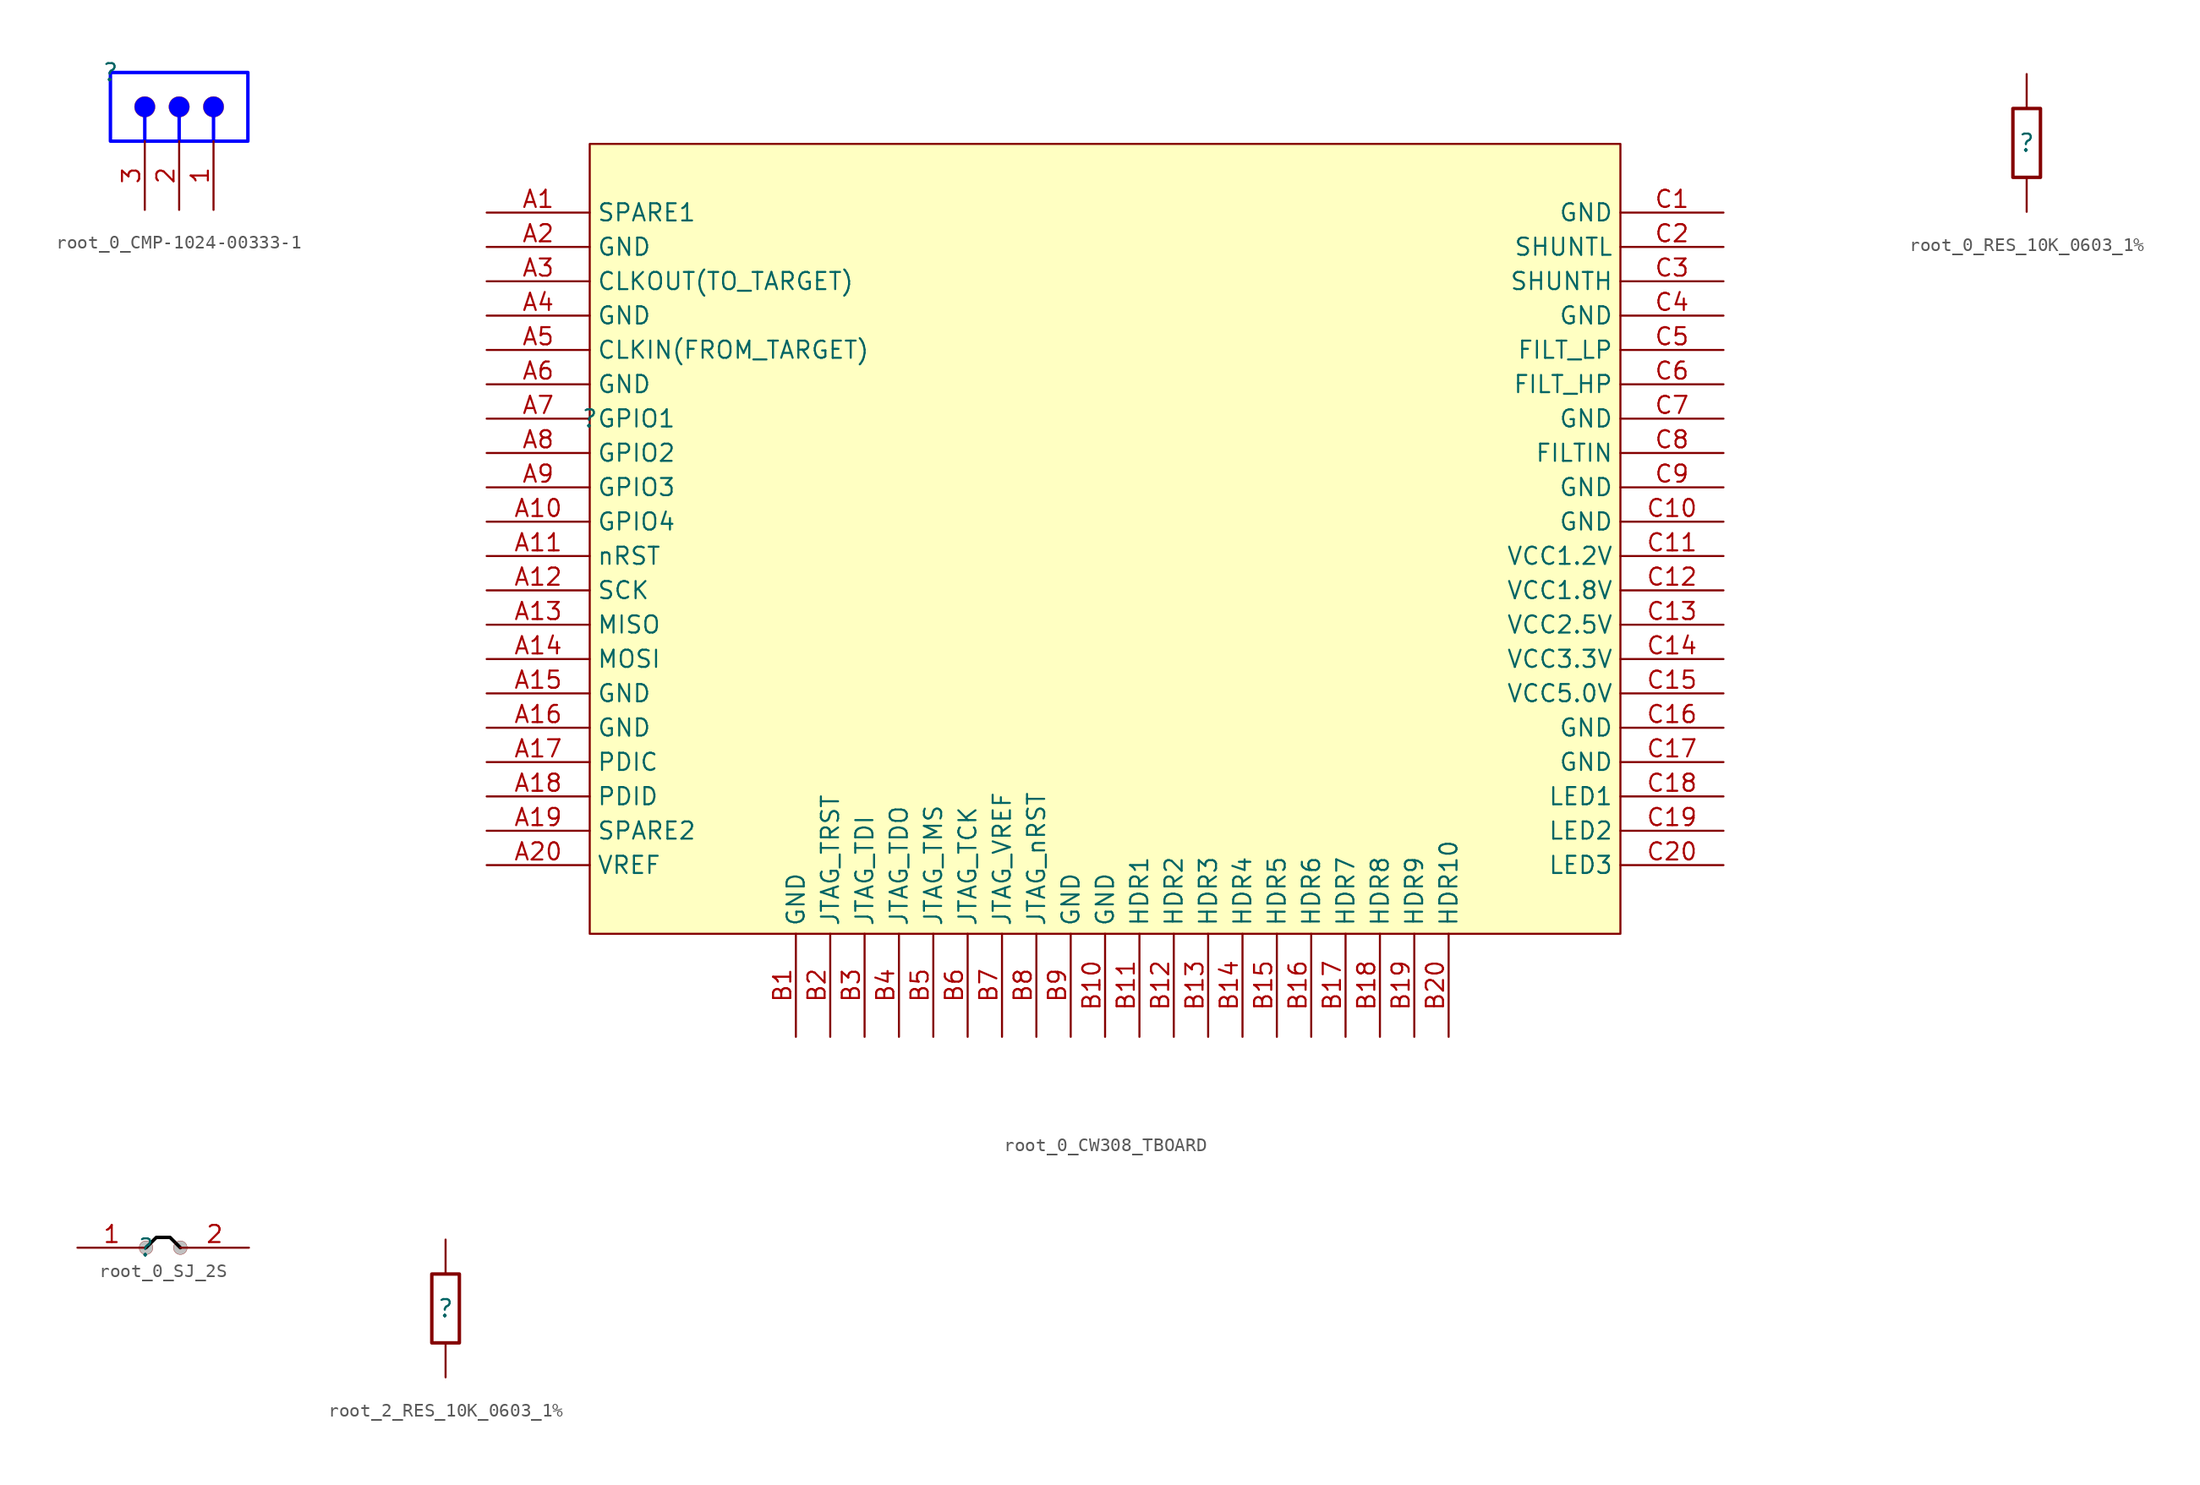
<source format=kicad_sym>
(kicad_symbol_lib
  (version 20220914)
  (generator kicad_symbol_editor)
  (symbol "root_0_CMP-1024-00333-1"
    (property "Reference" ""
      (at 0 0 0)
      (effects (font (size 1.27 1.27))))
    (property "Value" ""
      (at 0 0 0)
      (effects (font (size 1.27 1.27))))
    (symbol "root_0_CMP-1024-00333-1_1_0"
      (polyline (pts (xy 2.54 -5.08) (xy 2.54 -3.302)) (stroke (width 0.254) (type solid) (color 0 0 255 1)) (fill (type none)))
      (polyline (pts (xy 5.08 -5.08) (xy 5.08 -3.302)) (stroke (width 0.254) (type solid) (color 0 0 255 1)) (fill (type none)))
      (polyline (pts (xy 7.62 -5.08) (xy 7.62 -3.302)) (stroke (width 0.254) (type solid) (color 0 0 255 1)) (fill (type none)))
      (polyline (pts (xy 0 -5.08) (xy 10.16 -5.08) (xy 10.16 0) (xy 0 0) (xy 0 -5.08)) (stroke (width 0.254) (type solid) (color 0 0 255 1)) (fill (type none)))
      (circle (center 2.54 -2.54) (radius 0.762) (stroke (width 0.0001) (type solid)) (fill (type color) (color 0 0 255 1)))
      (circle (center 5.08 -2.54) (radius 0.762) (stroke (width 0.0001) (type solid)) (fill (type color) (color 0 0 255 1)))
      (circle (center 7.62 -2.54) (radius 0.762) (stroke (width 0.0001) (type solid)) (fill (type color) (color 0 0 255 1)))
      (pin passive line (at 7.62 -10.16 90) (length 5.08) (name "1" (effects (font (size 0 0)))) (number "1" (effects (font (size 1.27 1.27)))))
      (pin passive line (at 5.08 -10.16 90) (length 5.08) (name "2" (effects (font (size 0 0)))) (number "2" (effects (font (size 1.27 1.27)))))
      (pin passive line (at 2.54 -10.16 90) (length 5.08) (name "3" (effects (font (size 0 0)))) (number "3" (effects (font (size 1.27 1.27)))))))
  (symbol "root_0_CW308_TBOARD"
    (property "Reference" ""
      (at 0 0 0)
      (effects (font (size 1.27 1.27))))
    (property "Value" ""
      (at 0 0 0)
      (effects (font (size 1.27 1.27))))
    (symbol "root_0_CW308_TBOARD_1_0"
      (rectangle (start 76.2 20.32) (end 0 -38.1) (stroke (width 0) (type solid)) (fill (type background)))
      (pin passive line (at -7.62 15.24 0) (length 7.62) (name "SPARE1" (effects (font (size 1.27 1.27)))) (number "A1" (effects (font (size 1.27 1.27)))))
      (pin bidirectional line (at -7.62 -7.62 0) (length 7.62) (name "GPIO4" (effects (font (size 1.27 1.27)))) (number "A10" (effects (font (size 1.27 1.27)))))
      (pin bidirectional line (at -7.62 -10.16 0) (length 7.62) (name "nRST" (effects (font (size 1.27 1.27)))) (number "A11" (effects (font (size 1.27 1.27)))))
      (pin bidirectional line (at -7.62 -12.7 0) (length 7.62) (name "SCK" (effects (font (size 1.27 1.27)))) (number "A12" (effects (font (size 1.27 1.27)))))
      (pin bidirectional line (at -7.62 -15.24 0) (length 7.62) (name "MISO" (effects (font (size 1.27 1.27)))) (number "A13" (effects (font (size 1.27 1.27)))))
      (pin bidirectional line (at -7.62 -17.78 0) (length 7.62) (name "MOSI" (effects (font (size 1.27 1.27)))) (number "A14" (effects (font (size 1.27 1.27)))))
      (pin passive line (at -7.62 -20.32 0) (length 7.62) (name "GND" (effects (font (size 1.27 1.27)))) (number "A15" (effects (font (size 1.27 1.27)))))
      (pin passive line (at -7.62 -22.86 0) (length 7.62) (name "GND" (effects (font (size 1.27 1.27)))) (number "A16" (effects (font (size 1.27 1.27)))))
      (pin bidirectional line (at -7.62 -25.4 0) (length 7.62) (name "PDIC" (effects (font (size 1.27 1.27)))) (number "A17" (effects (font (size 1.27 1.27)))))
      (pin bidirectional line (at -7.62 -27.94 0) (length 7.62) (name "PDID" (effects (font (size 1.27 1.27)))) (number "A18" (effects (font (size 1.27 1.27)))))
      (pin passive line (at -7.62 -30.48 0) (length 7.62) (name "SPARE2" (effects (font (size 1.27 1.27)))) (number "A19" (effects (font (size 1.27 1.27)))))
      (pin passive line (at -7.62 12.7 0) (length 7.62) (name "GND" (effects (font (size 1.27 1.27)))) (number "A2" (effects (font (size 1.27 1.27)))))
      (pin tri_state line (at -7.62 -33.02 0) (length 7.62) (name "VREF" (effects (font (size 1.27 1.27)))) (number "A20" (effects (font (size 1.27 1.27)))))
      (pin output line (at -7.62 10.16 0) (length 7.62) (name "CLKOUT(TO_TARGET)" (effects (font (size 1.27 1.27)))) (number "A3" (effects (font (size 1.27 1.27)))))
      (pin passive line (at -7.62 7.62 0) (length 7.62) (name "GND" (effects (font (size 1.27 1.27)))) (number "A4" (effects (font (size 1.27 1.27)))))
      (pin input line (at -7.62 5.08 0) (length 7.62) (name "CLKIN(FROM_TARGET)" (effects (font (size 1.27 1.27)))) (number "A5" (effects (font (size 1.27 1.27)))))
      (pin power_in line (at -7.62 2.54 0) (length 7.62) (name "GND" (effects (font (size 1.27 1.27)))) (number "A6" (effects (font (size 1.27 1.27)))))
      (pin bidirectional line (at -7.62 0 0) (length 7.62) (name "GPIO1" (effects (font (size 1.27 1.27)))) (number "A7" (effects (font (size 1.27 1.27)))))
      (pin bidirectional line (at -7.62 -2.54 0) (length 7.62) (name "GPIO2" (effects (font (size 1.27 1.27)))) (number "A8" (effects (font (size 1.27 1.27)))))
      (pin bidirectional line (at -7.62 -5.08 0) (length 7.62) (name "GPIO3" (effects (font (size 1.27 1.27)))) (number "A9" (effects (font (size 1.27 1.27)))))
      (pin passive line (at 15.24 -45.72 90) (length 7.62) (name "GND" (effects (font (size 1.27 1.27)))) (number "B1" (effects (font (size 1.27 1.27)))))
      (pin passive line (at 38.1 -45.72 90) (length 7.62) (name "GND" (effects (font (size 1.27 1.27)))) (number "B10" (effects (font (size 1.27 1.27)))))
      (pin passive line (at 40.64 -45.72 90) (length 7.62) (name "HDR1" (effects (font (size 1.27 1.27)))) (number "B11" (effects (font (size 1.27 1.27)))))
      (pin passive line (at 43.18 -45.72 90) (length 7.62) (name "HDR2" (effects (font (size 1.27 1.27)))) (number "B12" (effects (font (size 1.27 1.27)))))
      (pin passive line (at 45.72 -45.72 90) (length 7.62) (name "HDR3" (effects (font (size 1.27 1.27)))) (number "B13" (effects (font (size 1.27 1.27)))))
      (pin passive line (at 48.26 -45.72 90) (length 7.62) (name "HDR4" (effects (font (size 1.27 1.27)))) (number "B14" (effects (font (size 1.27 1.27)))))
      (pin passive line (at 50.8 -45.72 90) (length 7.62) (name "HDR5" (effects (font (size 1.27 1.27)))) (number "B15" (effects (font (size 1.27 1.27)))))
      (pin passive line (at 53.34 -45.72 90) (length 7.62) (name "HDR6" (effects (font (size 1.27 1.27)))) (number "B16" (effects (font (size 1.27 1.27)))))
      (pin passive line (at 55.88 -45.72 90) (length 7.62) (name "HDR7" (effects (font (size 1.27 1.27)))) (number "B17" (effects (font (size 1.27 1.27)))))
      (pin passive line (at 58.42 -45.72 90) (length 7.62) (name "HDR8" (effects (font (size 1.27 1.27)))) (number "B18" (effects (font (size 1.27 1.27)))))
      (pin passive line (at 60.96 -45.72 90) (length 7.62) (name "HDR9" (effects (font (size 1.27 1.27)))) (number "B19" (effects (font (size 1.27 1.27)))))
      (pin output line (at 17.78 -45.72 90) (length 7.62) (name "JTAG_TRST" (effects (font (size 1.27 1.27)))) (number "B2" (effects (font (size 1.27 1.27)))))
      (pin passive line (at 63.5 -45.72 90) (length 7.62) (name "HDR10" (effects (font (size 1.27 1.27)))) (number "B20" (effects (font (size 1.27 1.27)))))
      (pin output line (at 20.32 -45.72 90) (length 7.62) (name "JTAG_TDI" (effects (font (size 1.27 1.27)))) (number "B3" (effects (font (size 1.27 1.27)))))
      (pin input line (at 22.86 -45.72 90) (length 7.62) (name "JTAG_TDO" (effects (font (size 1.27 1.27)))) (number "B4" (effects (font (size 1.27 1.27)))))
      (pin output line (at 25.4 -45.72 90) (length 7.62) (name "JTAG_TMS" (effects (font (size 1.27 1.27)))) (number "B5" (effects (font (size 1.27 1.27)))))
      (pin output line (at 27.94 -45.72 90) (length 7.62) (name "JTAG_TCK" (effects (font (size 1.27 1.27)))) (number "B6" (effects (font (size 1.27 1.27)))))
      (pin tri_state line (at 30.48 -45.72 90) (length 7.62) (name "JTAG_VREF" (effects (font (size 1.27 1.27)))) (number "B7" (effects (font (size 1.27 1.27)))))
      (pin output line (at 33.02 -45.72 90) (length 7.62) (name "JTAG_nRST" (effects (font (size 1.27 1.27)))) (number "B8" (effects (font (size 1.27 1.27)))))
      (pin passive line (at 35.56 -45.72 90) (length 7.62) (name "GND" (effects (font (size 1.27 1.27)))) (number "B9" (effects (font (size 1.27 1.27)))))
      (pin power_in line (at 83.82 15.24 180) (length 7.62) (name "GND" (effects (font (size 1.27 1.27)))) (number "C1" (effects (font (size 1.27 1.27)))))
      (pin power_in line (at 83.82 -7.62 180) (length 7.62) (name "GND" (effects (font (size 1.27 1.27)))) (number "C10" (effects (font (size 1.27 1.27)))))
      (pin power_in line (at 83.82 -10.16 180) (length 7.62) (name "VCC1.2V" (effects (font (size 1.27 1.27)))) (number "C11" (effects (font (size 1.27 1.27)))))
      (pin power_in line (at 83.82 -12.7 180) (length 7.62) (name "VCC1.8V" (effects (font (size 1.27 1.27)))) (number "C12" (effects (font (size 1.27 1.27)))))
      (pin power_in line (at 83.82 -15.24 180) (length 7.62) (name "VCC2.5V" (effects (font (size 1.27 1.27)))) (number "C13" (effects (font (size 1.27 1.27)))))
      (pin power_in line (at 83.82 -17.78 180) (length 7.62) (name "VCC3.3V" (effects (font (size 1.27 1.27)))) (number "C14" (effects (font (size 1.27 1.27)))))
      (pin power_in line (at 83.82 -20.32 180) (length 7.62) (name "VCC5.0V" (effects (font (size 1.27 1.27)))) (number "C15" (effects (font (size 1.27 1.27)))))
      (pin power_in line (at 83.82 -22.86 180) (length 7.62) (name "GND" (effects (font (size 1.27 1.27)))) (number "C16" (effects (font (size 1.27 1.27)))))
      (pin power_in line (at 83.82 -25.4 180) (length 7.62) (name "GND" (effects (font (size 1.27 1.27)))) (number "C17" (effects (font (size 1.27 1.27)))))
      (pin input line (at 83.82 -27.94 180) (length 7.62) (name "LED1" (effects (font (size 1.27 1.27)))) (number "C18" (effects (font (size 1.27 1.27)))))
      (pin input line (at 83.82 -30.48 180) (length 7.62) (name "LED2" (effects (font (size 1.27 1.27)))) (number "C19" (effects (font (size 1.27 1.27)))))
      (pin passive line (at 83.82 12.7 180) (length 7.62) (name "SHUNTL" (effects (font (size 1.27 1.27)))) (number "C2" (effects (font (size 1.27 1.27)))))
      (pin input line (at 83.82 -33.02 180) (length 7.62) (name "LED3" (effects (font (size 1.27 1.27)))) (number "C20" (effects (font (size 1.27 1.27)))))
      (pin passive line (at 83.82 10.16 180) (length 7.62) (name "SHUNTH" (effects (font (size 1.27 1.27)))) (number "C3" (effects (font (size 1.27 1.27)))))
      (pin power_in line (at 83.82 7.62 180) (length 7.62) (name "GND" (effects (font (size 1.27 1.27)))) (number "C4" (effects (font (size 1.27 1.27)))))
      (pin passive line (at 83.82 5.08 180) (length 7.62) (name "FILT_LP" (effects (font (size 1.27 1.27)))) (number "C5" (effects (font (size 1.27 1.27)))))
      (pin passive line (at 83.82 2.54 180) (length 7.62) (name "FILT_HP" (effects (font (size 1.27 1.27)))) (number "C6" (effects (font (size 1.27 1.27)))))
      (pin power_in line (at 83.82 0 180) (length 7.62) (name "GND" (effects (font (size 1.27 1.27)))) (number "C7" (effects (font (size 1.27 1.27)))))
      (pin passive line (at 83.82 -2.54 180) (length 7.62) (name "FILTIN" (effects (font (size 1.27 1.27)))) (number "C8" (effects (font (size 1.27 1.27)))))
      (pin power_in line (at 83.82 -5.08 180) (length 7.62) (name "GND" (effects (font (size 1.27 1.27)))) (number "C9" (effects (font (size 1.27 1.27)))))))
  (symbol "root_0_RES_10K_0603_1%"
    (property "Reference" ""
      (at 0 0 0)
      (effects (font (size 1.27 1.27))))
    (property "Value" ""
      (at 0 0 0)
      (effects (font (size 1.27 1.27))))
    (symbol "root_0_RES_10K_0603_1%_1_0"
      (rectangle (start 1.016 2.54) (end -1.016 -2.54) (stroke (width 0.254) (type solid)) (fill (type none)))
      (pin passive line (at 0 5.08 270) (length 2.54) (name "1" (effects (font (size 0 0)))) (number "1" (effects (font (size 0 0)))))
      (pin passive line (at 0 -5.08 90) (length 2.54) (name "2" (effects (font (size 0 0)))) (number "2" (effects (font (size 0 0)))))))
  (symbol "root_0_SJ_2S"
    (property "Reference" ""
      (at 0 0 0)
      (effects (font (size 1.27 1.27))))
    (property "Value" ""
      (at 0 0 0)
      (effects (font (size 1.27 1.27))))
    (symbol "root_0_SJ_2S_1_0"
      (polyline (pts (xy 0 0) (xy 0.762 0.762) (xy 1.778 0.762) (xy 2.54 0)) (stroke (width 0.254) (type solid) (color 0 0 0 1)) (fill (type none)))
      (circle (center 0 0) (radius 0.508) (stroke (width 0.0001) (type solid)) (fill (type color) (color 192 192 192 1)))
      (circle (center 2.54 0) (radius 0.508) (stroke (width 0.0001) (type solid)) (fill (type color) (color 192 192 192 1)))
      (pin passive line (at -5.08 0 0) (length 5.08) (name "1" (effects (font (size 0 0)))) (number "1" (effects (font (size 1.27 1.27)))))
      (pin passive line (at 7.62 0 180) (length 5.08) (name "2" (effects (font (size 0 0)))) (number "2" (effects (font (size 1.27 1.27)))))))
  (symbol "root_2_RES_10K_0603_1%"
    (property "Reference" ""
      (at 0 0 0)
      (effects (font (size 1.27 1.27))))
    (property "Value" ""
      (at 0 0 0)
      (effects (font (size 1.27 1.27))))
    (symbol "root_2_RES_10K_0603_1%_1_0"
      (rectangle (start 1.016 2.54) (end -1.016 -2.54) (stroke (width 0.254) (type solid)) (fill (type none)))
      (pin passive line (at 0 -5.08 90) (length 2.54) (name "1" (effects (font (size 0 0)))) (number "1" (effects (font (size 0 0)))))
      (pin passive line (at 0 5.08 270) (length 2.54) (name "2" (effects (font (size 0 0)))) (number "2" (effects (font (size 0 0))))))))
</source>
